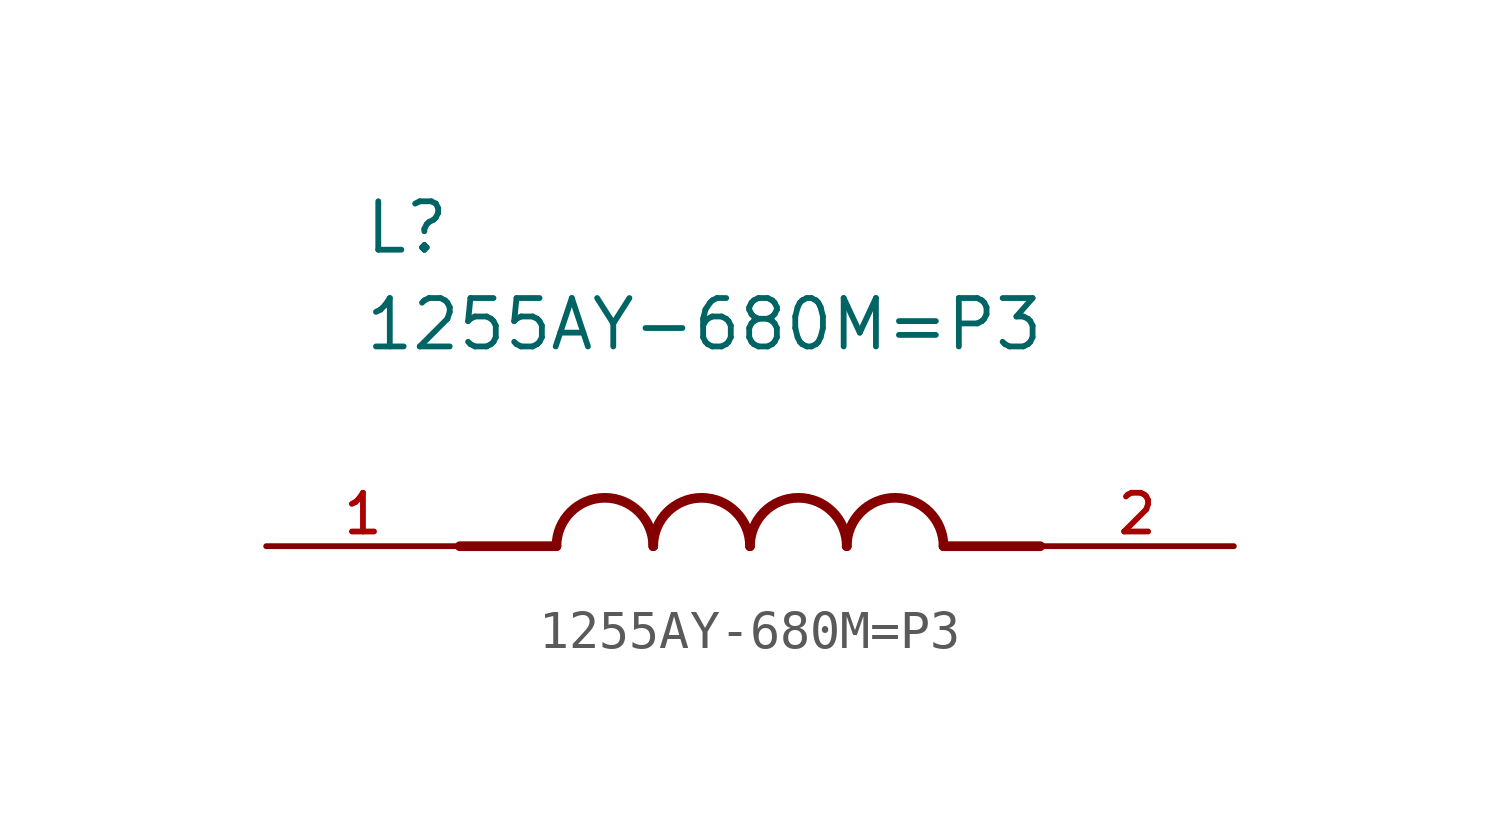
<source format=kicad_sym>
(kicad_symbol_lib
  (version 20211014)
  (generator kicad_symbol_editor)
  (symbol "1255AY-680M=P3"
    (pin_names
      (offset 1.016))
    (property "Reference" "L"
      (at -10.16 7.62 0)
      (effects (font (size 1.27 1.27)) (justify bottom left)))
    (property "Value" "1255AY-680M=P3"
      (at -10.16 5.08 0)
      (effects (font (size 1.27 1.27)) (justify bottom left)))
    (symbol "1255AY-680M=P3_0_0"
      (polyline (pts (xy -5.08 0.0) (xy -7.62 0.0)) (stroke (width 0.254)))
      (polyline (pts (xy 5.08 0.0) (xy 7.62 0.0)) (stroke (width 0.254)))
      (arc (start -2.54 0.0) (mid -3.81 1.27) (end -5.08 0.0) (stroke (width 0.254) (type default) (color 0 0 0 0)) (fill (type none)))
      (arc (start 0.0 0.0) (mid -1.27 1.27) (end -2.54 0.0) (stroke (width 0.254) (type default) (color 0 0 0 0)) (fill (type none)))
      (arc (start 2.54 0.0) (mid 1.27 1.27) (end 0.0 0.0) (stroke (width 0.254) (type default) (color 0 0 0 0)) (fill (type none)))
      (arc (start 5.08 0.0) (mid 3.81 1.27) (end 2.54 0.0) (stroke (width 0.254) (type default) (color 0 0 0 0)) (fill (type none)))
      (pin passive line (at -12.7 0.0 0) (length 5.08) (name "~" (effects (font (size 1.016 1.016)))) (number "1" (effects (font (size 1.016 1.016)))))
      (pin passive line (at 12.7 0.0 180.0) (length 5.08) (name "~" (effects (font (size 1.016 1.016)))) (number "2" (effects (font (size 1.016 1.016))))))))
</source>
